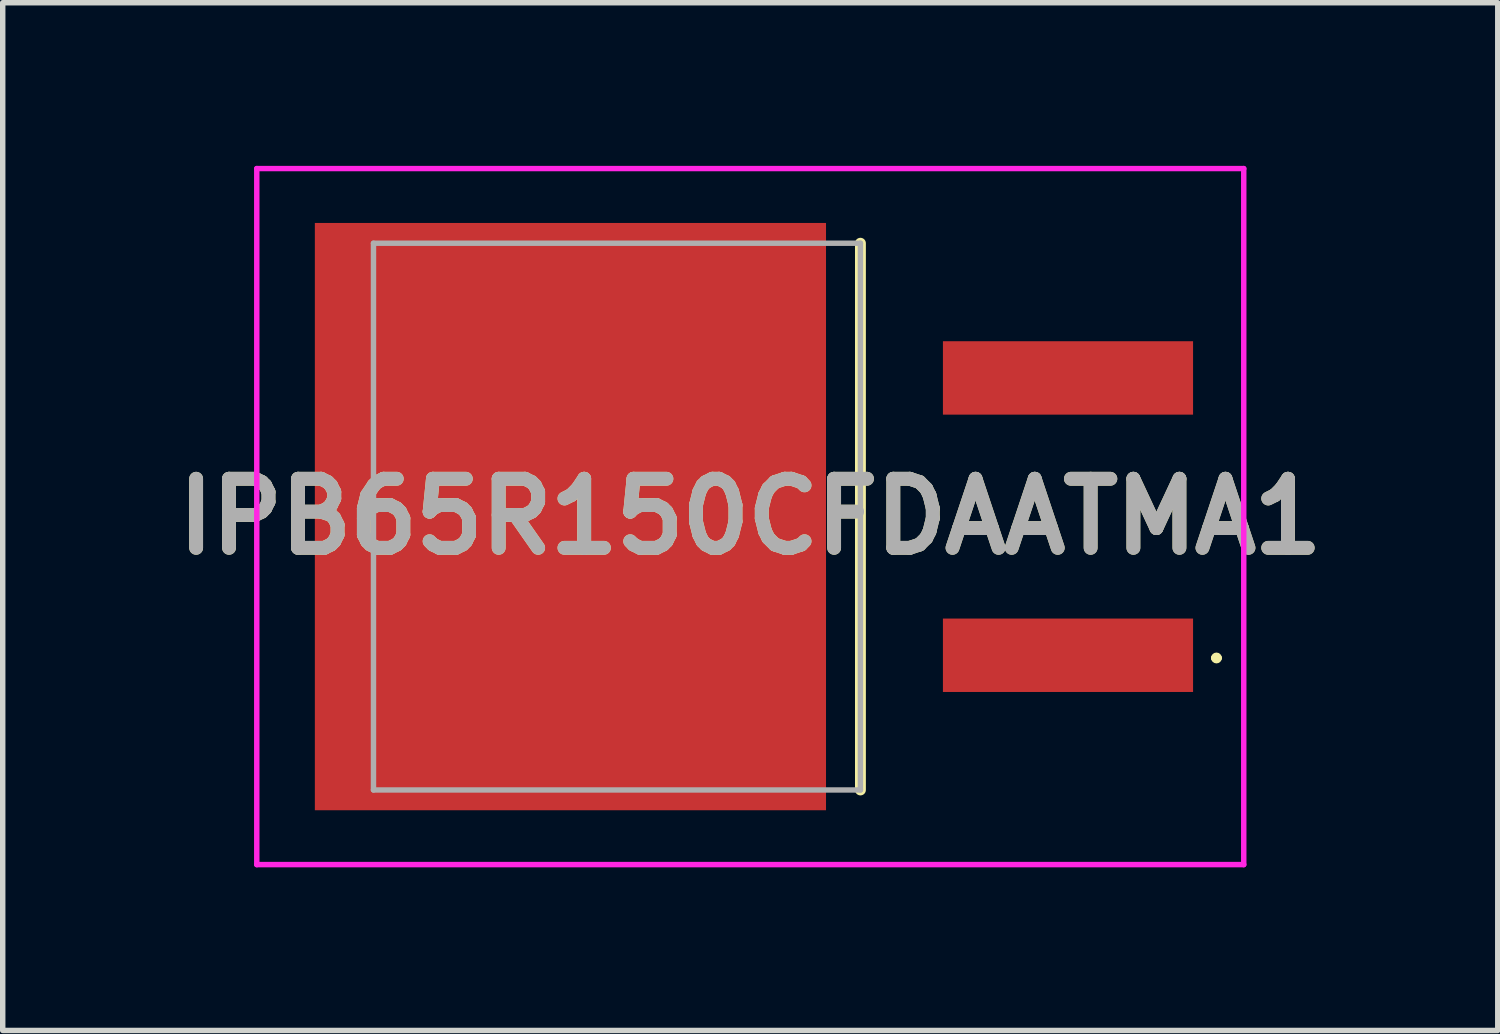
<source format=kicad_pcb>
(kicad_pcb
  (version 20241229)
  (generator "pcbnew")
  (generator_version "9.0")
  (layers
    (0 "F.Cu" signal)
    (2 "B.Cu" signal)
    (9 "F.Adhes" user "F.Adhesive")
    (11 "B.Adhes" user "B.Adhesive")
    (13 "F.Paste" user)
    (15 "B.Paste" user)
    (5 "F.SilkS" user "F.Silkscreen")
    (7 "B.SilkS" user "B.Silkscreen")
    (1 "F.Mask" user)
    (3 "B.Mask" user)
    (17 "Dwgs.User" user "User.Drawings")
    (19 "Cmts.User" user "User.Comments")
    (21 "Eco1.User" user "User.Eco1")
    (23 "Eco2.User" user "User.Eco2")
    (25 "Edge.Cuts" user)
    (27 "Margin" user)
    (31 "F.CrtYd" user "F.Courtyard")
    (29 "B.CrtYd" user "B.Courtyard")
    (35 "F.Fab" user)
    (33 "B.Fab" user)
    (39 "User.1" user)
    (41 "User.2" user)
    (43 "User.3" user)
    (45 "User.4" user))
  (footprint "IPB65R150CFDAATMA1"
    (layer "F.Cu")
    (at 8.296 6.45)
    (property "Reference" "IPB65R150CFDAATMA1" (at 2.451 0 0) (layer "F.SilkS") (effects (font (size 1.27 1.27) (thickness 0.254))))
    (attr smd)
    (fp_line (start 4.477 -5.027) (end 4.477 5.027) (stroke (width 0.2) (type solid)) (layer "F.SilkS"))
    (fp_line (start 10.974 2.6) (end 10.974 2.6) (stroke (width 0.1) (type solid)) (layer "F.SilkS"))
    (fp_line (start 11.074 2.6) (end 11.074 2.6) (stroke (width 0.1) (type solid)) (layer "F.SilkS"))
    (fp_arc (start 10.974 2.6) (mid 11.024 2.55) (end 11.074 2.6) (stroke (width 0.1) (type solid)) (layer "F.SilkS"))
    (fp_arc (start 11.074 2.6) (mid 11.024 2.65) (end 10.974 2.6) (stroke (width 0.1) (type solid)) (layer "F.SilkS"))
    (fp_line (start -6.624 -6.4) (end 11.526 -6.4) (stroke (width 0.1) (type solid)) (layer "F.CrtYd"))
    (fp_line (start -6.624 6.4) (end -6.624 -6.4) (stroke (width 0.1) (type solid)) (layer "F.CrtYd"))
    (fp_line (start 11.526 -6.4) (end 11.526 6.4) (stroke (width 0.1) (type solid)) (layer "F.CrtYd"))
    (fp_line (start 11.526 6.4) (end -6.624 6.4) (stroke (width 0.1) (type solid)) (layer "F.CrtYd"))
    (fp_line (start -4.478 -5.027) (end 4.477 -5.027) (stroke (width 0.1) (type solid)) (layer "F.Fab"))
    (fp_line (start -4.478 5.027) (end -4.478 -5.027) (stroke (width 0.1) (type solid)) (layer "F.Fab"))
    (fp_line (start 4.477 -5.027) (end 4.477 5.027) (stroke (width 0.1) (type solid)) (layer "F.Fab"))
    (fp_line (start 4.477 5.027) (end -4.478 5.027) (stroke (width 0.1) (type solid)) (layer "F.Fab"))
    (fp_text user "${REFERENCE}" (at 2.451 0 0) (layer "F.Fab") (effects (font (size 1.27 1.27) (thickness 0.254))))
    (pad "1" smd rect (at 8.294 2.55 90) (size 1.35 4.6) (layers "F.Cu" "F.Mask" "F.Paste"))
    (pad "2" smd rect (at -0.856 0) (size 9.4 10.8) (layers "F.Cu" "F.Mask" "F.Paste"))
    (pad "3" smd rect (at 8.294 -2.55 90) (size 1.35 4.6) (layers "F.Cu" "F.Mask" "F.Paste")))
  (gr_rect
    (start -3 -3)
    (end 24.493 15.9)
    (stroke (width 0.1) (type default))
    (fill no)
    (layer "Edge.Cuts")))
</source>
